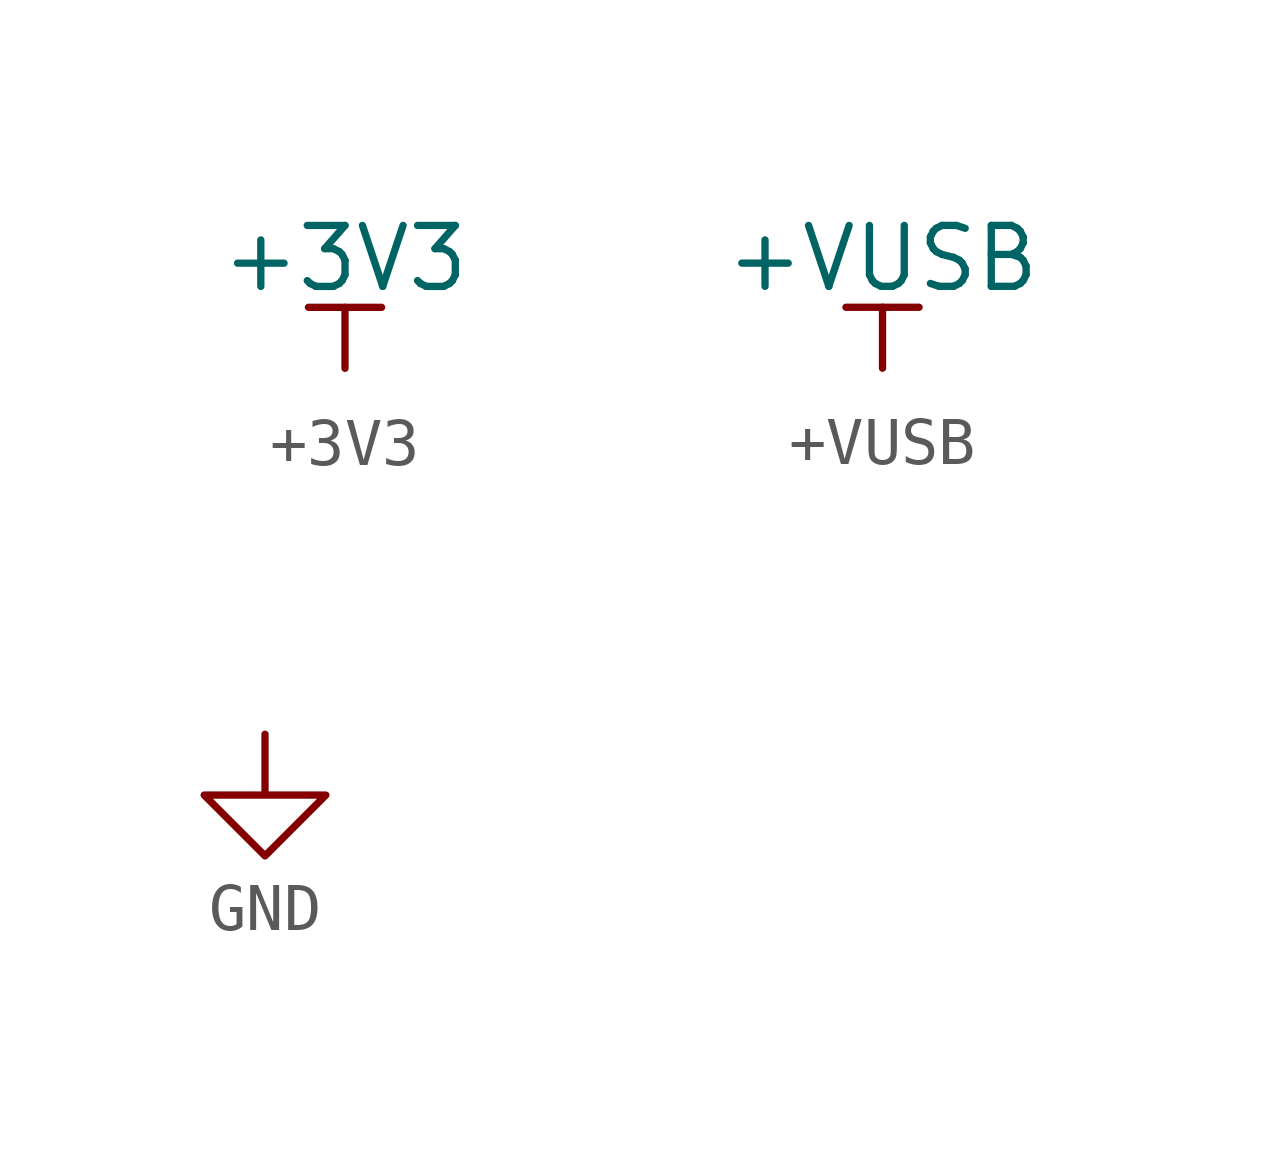
<source format=kicad_sym>
(kicad_symbol_lib
  (version 20211014)
  (generator kicad_symbol_editor)
  (symbol "+3V3"
    (power)
    (pin_names
      (offset 0))
    (property "Reference" "#PWR"
      (at 0 -3.81 0)
      (effects (font (size 1.27 1.27)) hide))
    (property "Value" "+3V3"
      (at 0 2.286 0)
      (effects (font (size 1.27 1.27))))
    (symbol "+3V3_0_1"
      (polyline (pts (xy -0.762 1.27) (xy 0.762 1.27)) (stroke (width 0) (type default) (color 0 0 0 0)) (fill (type none)))
      (polyline (pts (xy 0 0) (xy 0 1.27)) (stroke (width 0) (type default) (color 0 0 0 0)) (fill (type none))))
    (symbol "+3V3_1_1"
      (pin power_in line (at 0 0 90) (length 0) hide (name "+3V3" (effects (font (size 1.27 1.27)))) (number "1" (effects (font (size 1.27 1.27)))))))
  (symbol "+VUSB"
    (power)
    (pin_names
      (offset 0))
    (property "Reference" "#PWR"
      (at 0 -3.81 0)
      (effects (font (size 1.27 1.27)) hide))
    (property "Value" "+VUSB"
      (at 0 2.286 0)
      (effects (font (size 1.27 1.27))))
    (symbol "+VUSB_0_1"
      (polyline (pts (xy -0.762 1.27) (xy 0.762 1.27)) (stroke (width 0) (type default) (color 0 0 0 0)) (fill (type none)))
      (polyline (pts (xy 0 0) (xy 0 1.27)) (stroke (width 0) (type default) (color 0 0 0 0)) (fill (type none))))
    (symbol "+VUSB_1_1"
      (pin power_in line (at 0 0 90) (length 0) hide (name "+VUSB" (effects (font (size 1.27 1.27)))) (number "1" (effects (font (size 1.27 1.27)))))))
  (symbol "GND"
    (power)
    (pin_names
      (offset 0))
    (property "Reference" "#PWR"
      (at 0 -6.35 0)
      (effects (font (size 1.27 1.27)) hide))
    (symbol "GND_0_1"
      (polyline (pts (xy 0 0) (xy 0 -1.27) (xy 1.27 -1.27) (xy 0 -2.54) (xy -1.27 -1.27) (xy 0 -1.27)) (stroke (width 0) (type default) (color 0 0 0 0)) (fill (type none))))
    (symbol "GND_1_1"
      (pin power_in line (at 0 0 270) (length 0) hide (name "GND" (effects (font (size 1.27 1.27)))) (number "1" (effects (font (size 1.27 1.27))))))))
</source>
